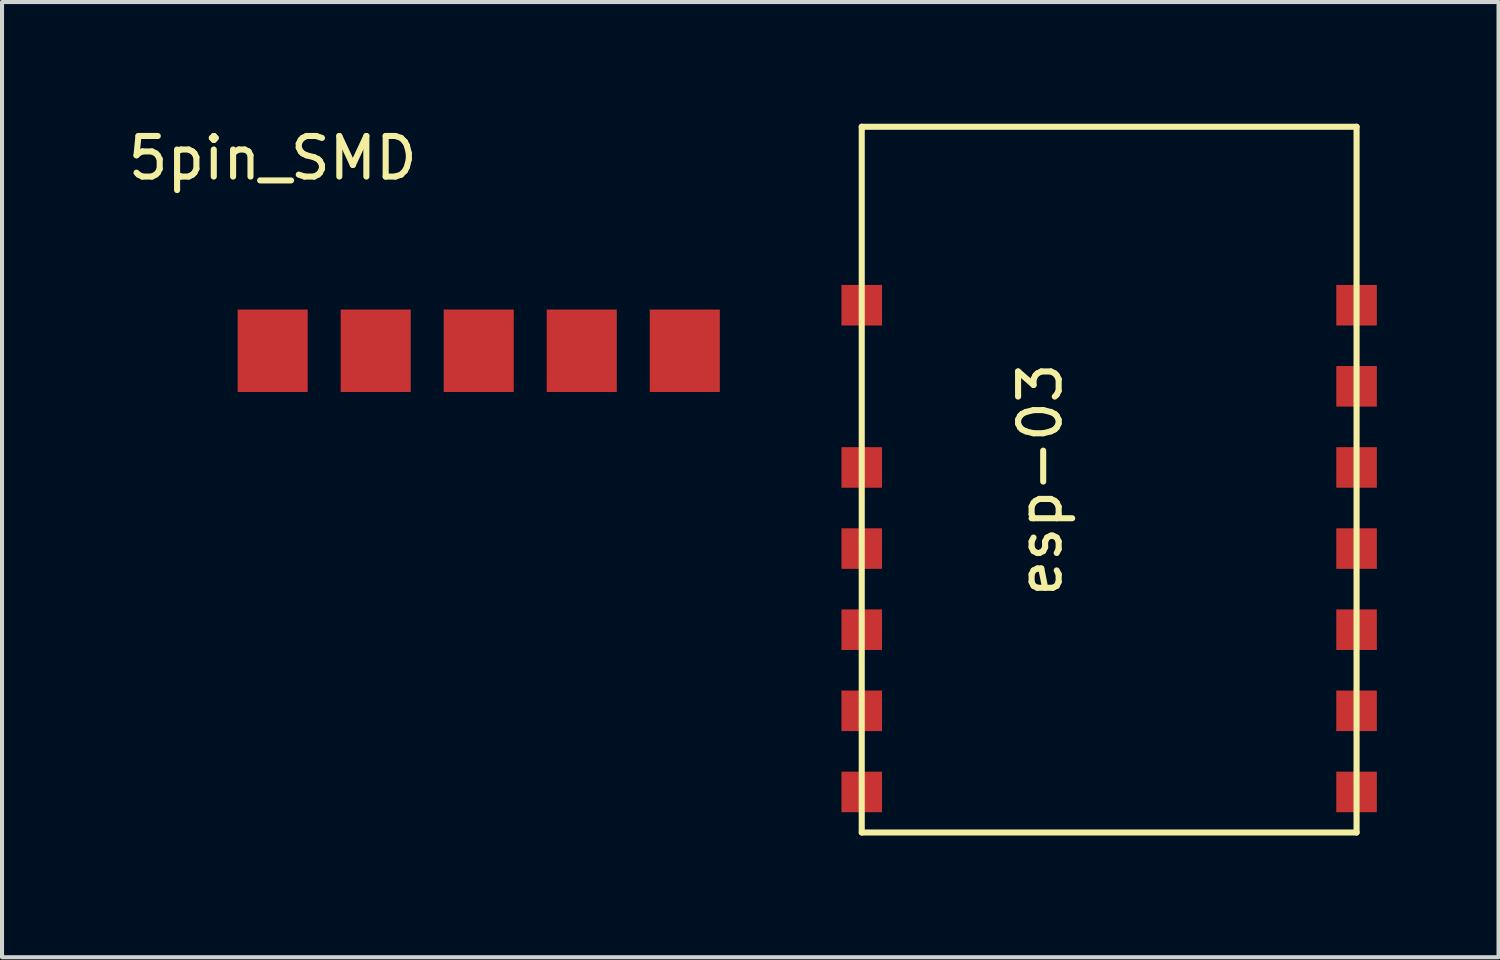
<source format=kicad_pcb>
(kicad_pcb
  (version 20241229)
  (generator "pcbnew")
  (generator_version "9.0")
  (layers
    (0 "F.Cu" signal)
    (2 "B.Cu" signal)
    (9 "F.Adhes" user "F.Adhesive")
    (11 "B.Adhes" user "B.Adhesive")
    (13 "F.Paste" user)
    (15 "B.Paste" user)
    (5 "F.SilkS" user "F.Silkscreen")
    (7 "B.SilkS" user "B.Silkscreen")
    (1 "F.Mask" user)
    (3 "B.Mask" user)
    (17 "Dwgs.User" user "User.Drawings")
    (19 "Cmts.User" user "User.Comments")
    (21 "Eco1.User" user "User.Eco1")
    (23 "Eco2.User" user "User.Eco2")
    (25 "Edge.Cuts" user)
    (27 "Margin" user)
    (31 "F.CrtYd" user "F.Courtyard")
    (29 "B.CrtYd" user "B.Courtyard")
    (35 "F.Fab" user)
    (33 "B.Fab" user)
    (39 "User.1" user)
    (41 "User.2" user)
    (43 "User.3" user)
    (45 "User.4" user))
  (footprint "esp-03"
    (layer "F.Cu")
    (at 24.296 10.575)
    (property "Reference" "esp-03" (at -1.7 -1.8 90) (layer "F.SilkS") (effects (font (size 1 1) (thickness 0.15))))
    (attr through_hole)
    (fp_line (start -6.1 -10.5) (end 6.1 -10.5) (stroke (width 0.15) (type solid)) (layer "F.SilkS"))
    (fp_line (start -6.1 6.9) (end -6.1 -10.5) (stroke (width 0.15) (type solid)) (layer "F.SilkS"))
    (fp_line (start 6.1 -10.5) (end 6.1 6.9) (stroke (width 0.15) (type solid)) (layer "F.SilkS"))
    (fp_line (start 6.1 6.9) (end -6.1 6.9) (stroke (width 0.15) (type solid)) (layer "F.SilkS"))
    (pad "1" smd rect (at 6.1 5.9) (size 1 1) (layers "F.Cu" "F.Mask" "F.Paste"))
    (pad "2" smd rect (at 6.1 3.9) (size 1 1) (layers "F.Cu" "F.Mask" "F.Paste"))
    (pad "3" smd rect (at 6.1 1.9) (size 1 1) (layers "F.Cu" "F.Mask" "F.Paste"))
    (pad "4" smd rect (at 6.1 -0.1) (size 1 1) (layers "F.Cu" "F.Mask" "F.Paste"))
    (pad "5" smd rect (at 6.1 -2.1) (size 1 1) (layers "F.Cu" "F.Mask" "F.Paste"))
    (pad "6" smd rect (at 6.1 -4.1) (size 1 1) (layers "F.Cu" "F.Mask" "F.Paste"))
    (pad "7" smd rect (at 6.1 -6.1) (size 1 1) (layers "F.Cu" "F.Mask" "F.Paste"))
    (pad "8" smd rect (at -6.1 -6.1) (size 1 1) (layers "F.Cu" "F.Mask" "F.Paste"))
    (pad "10" smd rect (at -6.1 -2.1) (size 1 1) (layers "F.Cu" "F.Mask" "F.Paste"))
    (pad "11" smd rect (at -6.1 -0.1) (size 1 1) (layers "F.Cu" "F.Mask" "F.Paste"))
    (pad "12" smd rect (at -6.1 1.9) (size 1 1) (layers "F.Cu" "F.Mask" "F.Paste"))
    (pad "13" smd rect (at -6.1 3.9) (size 1 1) (layers "F.Cu" "F.Mask" "F.Paste"))
    (pad "14" smd rect (at -6.1 5.9) (size 1 1) (layers "F.Cu" "F.Mask" "F.Paste")))
  (footprint "5pin_SMD"
    (layer "F.Cu")
    (at 3.673 5.598)
    (property "Reference" "5pin_SMD" (at 0 -4.75 0) (layer "F.SilkS") (effects (font (size 1 1) (thickness 0.15))))
    (attr through_hole)
    (pad "1" smd rect (at 0 0) (size 1.727 2.032) (layers "F.Cu" "F.Mask" "F.Paste"))
    (pad "2" smd rect (at 2.54 0) (size 1.727 2.032) (layers "F.Cu" "F.Mask" "F.Paste"))
    (pad "3" smd rect (at 5.08 0) (size 1.727 2.032) (layers "F.Cu" "F.Mask" "F.Paste"))
    (pad "4" smd rect (at 7.62 0) (size 1.727 2.032) (layers "F.Cu" "F.Mask" "F.Paste"))
    (pad "5" smd rect (at 10.16 0) (size 1.727 2.032) (layers "F.Cu" "F.Mask" "F.Paste")))
  (gr_rect
    (start -3 -3)
    (end 33.896 20.55)
    (stroke (width 0.1) (type default))
    (fill no)
    (layer "Edge.Cuts")))
</source>
